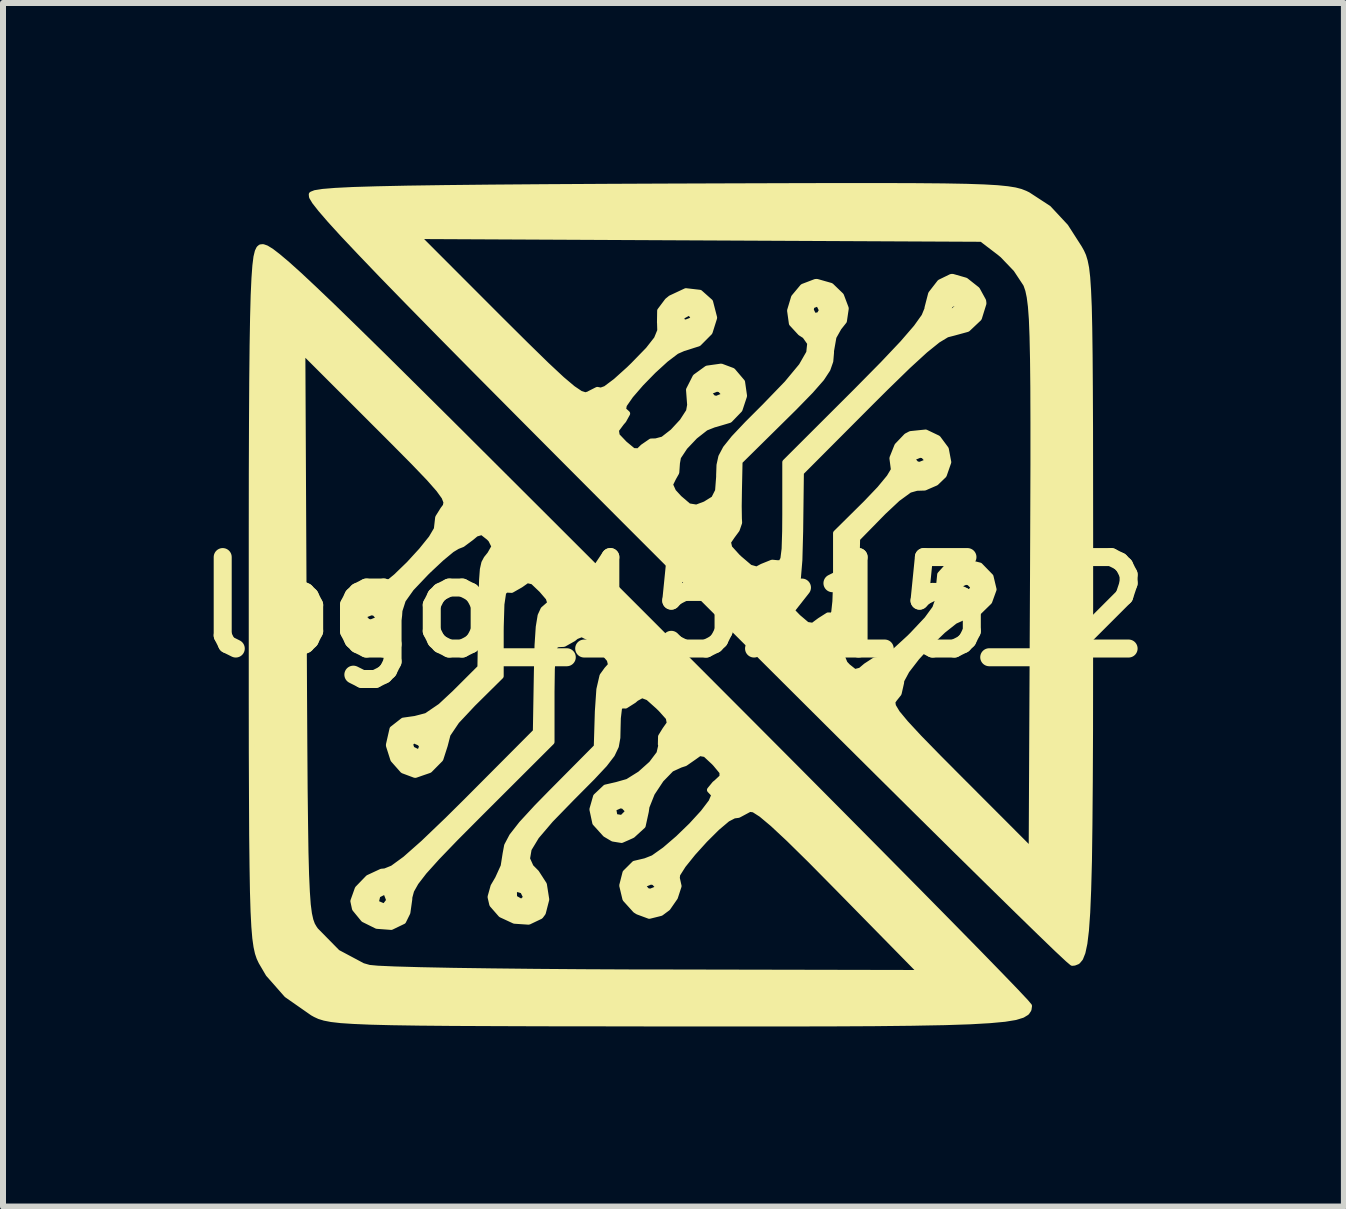
<source format=kicad_pcb>
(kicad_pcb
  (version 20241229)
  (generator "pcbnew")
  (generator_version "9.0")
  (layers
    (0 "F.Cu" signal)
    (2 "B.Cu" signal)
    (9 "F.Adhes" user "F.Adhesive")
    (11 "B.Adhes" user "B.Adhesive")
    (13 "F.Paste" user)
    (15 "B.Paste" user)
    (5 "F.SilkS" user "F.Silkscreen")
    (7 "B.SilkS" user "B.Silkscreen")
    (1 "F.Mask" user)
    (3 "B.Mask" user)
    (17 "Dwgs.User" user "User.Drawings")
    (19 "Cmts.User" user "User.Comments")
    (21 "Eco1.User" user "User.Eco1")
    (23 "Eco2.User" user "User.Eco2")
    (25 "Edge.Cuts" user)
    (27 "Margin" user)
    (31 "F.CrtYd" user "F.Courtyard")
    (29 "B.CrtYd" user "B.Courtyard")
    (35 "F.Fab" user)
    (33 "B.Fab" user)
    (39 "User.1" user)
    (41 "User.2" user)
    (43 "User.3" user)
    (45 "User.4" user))
  (footprint "logo_15x15_2"
    (layer "F.Cu")
    (at 8.172 7.067)
    (property "Reference" "logo_15x15_2" (at 0 0 0) (layer "F.SilkS") (effects (font (size 1.524 1.524) (thickness 0.3))))
    (attr through_hole)
    (fp_poly (pts (xy 6.943 -0.097) (xy 6.942 1.061) (xy 6.941 2.06) (xy 6.937 2.913) (xy 6.931 3.631) (xy 6.923 4.226) (xy 6.91 4.709) (xy 6.894 5.092) (xy 6.873 5.386) (xy 6.847 5.602) (xy 6.815 5.752) (xy 6.777 5.848) (xy 6.732 5.902) (xy 6.679 5.923) (xy 6.646 5.926) (xy 6.576 5.867) (xy 6.394 5.697) (xy 6.109 5.422) (xy 5.998 5.314) (xy 5.998 -3.085) (xy 5.996 -3.669) (xy 5.991 -4.14) (xy 5.983 -4.511) (xy 5.972 -4.797) (xy 5.956 -5.011) (xy 5.936 -5.168) (xy 5.912 -5.282) (xy 5.883 -5.366) (xy 5.873 -5.388) (xy 5.711 -5.633) (xy 5.487 -5.867) (xy 5.435 -5.91) (xy 5.136 -6.138) (xy 0.43 -6.161) (xy -4.276 -6.184) (xy -2.906 -4.812) (xy -2.46 -4.369) (xy -2.117 -4.034) (xy -1.862 -3.796) (xy -1.678 -3.641) (xy -1.552 -3.556) (xy -1.467 -3.529) (xy -1.408 -3.547) (xy -1.401 -3.553) (xy -1.269 -3.62) (xy -1.209 -3.608) (xy -1.128 -3.637) (xy -0.96 -3.763) (xy -0.739 -3.962) (xy -0.666 -4.033) (xy -0.418 -4.288) (xy -0.277 -4.468) (xy -0.22 -4.607) (xy -0.224 -4.742) (xy -0.225 -4.743) (xy -0.222 -4.939) (xy -0.099 -5.103) (xy -0.045 -5.147) (xy 0.207 -5.265) (xy 0.439 -5.238) (xy 0.61 -5.086) (xy 0.677 -4.826) (xy 0.677 -4.82) (xy 0.602 -4.582) (xy 0.416 -4.395) (xy 0.339 -4.371) (xy 0.339 -4.826) (xy 0.278 -4.908) (xy 0.259 -4.911) (xy 0.144 -4.849) (xy 0.127 -4.826) (xy 0.146 -4.754) (xy 0.207 -4.741) (xy 0.323 -4.786) (xy 0.339 -4.826) (xy 0.339 -4.371) (xy 0.175 -4.318) (xy 0.169 -4.318) (xy 0.049 -4.265) (xy -0.13 -4.129) (xy -0.338 -3.939) (xy -0.543 -3.729) (xy -0.716 -3.529) (xy -0.826 -3.371) (xy -0.842 -3.286) (xy -0.834 -3.282) (xy -0.772 -3.226) (xy -0.834 -3.114) (xy -0.868 -3.075) (xy -0.96 -2.951) (xy -0.945 -2.855) (xy -0.817 -2.721) (xy -0.672 -2.601) (xy -0.58 -2.597) (xy -0.507 -2.668) (xy -0.373 -2.76) (xy -0.293 -2.762) (xy -0.173 -2.794) (xy -0.01 -2.921) (xy 0.149 -3.093) (xy 0.259 -3.263) (xy 0.278 -3.369) (xy 0.259 -3.622) (xy 0.367 -3.835) (xy 0.56 -3.975) (xy 0.795 -4.008) (xy 0.985 -3.937) (xy 1.143 -3.751) (xy 1.176 -3.52) (xy 1.101 -3.293) (xy 0.934 -3.12) (xy 0.847 -3.094) (xy 0.847 -3.556) (xy 0.778 -3.631) (xy 0.72 -3.641) (xy 0.607 -3.595) (xy 0.593 -3.556) (xy 0.661 -3.481) (xy 0.72 -3.471) (xy 0.832 -3.517) (xy 0.847 -3.556) (xy 0.847 -3.094) (xy 0.692 -3.048) (xy 0.684 -3.048) (xy 0.537 -2.99) (xy 0.357 -2.849) (xy 0.188 -2.671) (xy 0.076 -2.502) (xy 0.058 -2.402) (xy 0.047 -2.245) (xy -0.005 -2.153) (xy -0.059 -2.043) (xy -0.005 -1.923) (xy 0.094 -1.815) (xy 0.252 -1.68) (xy 0.384 -1.659) (xy 0.531 -1.714) (xy 0.676 -1.804) (xy 0.743 -1.937) (xy 0.761 -2.171) (xy 0.761 -2.203) (xy 0.767 -2.367) (xy 0.797 -2.504) (xy 0.871 -2.644) (xy 1.009 -2.816) (xy 1.23 -3.05) (xy 1.524 -3.344) (xy 1.893 -3.726) (xy 2.136 -4.019) (xy 2.262 -4.239) (xy 2.279 -4.401) (xy 2.193 -4.523) (xy 2.117 -4.572) (xy 1.973 -4.728) (xy 1.943 -4.942) (xy 2.009 -5.162) (xy 2.156 -5.338) (xy 2.366 -5.418) (xy 2.391 -5.419) (xy 2.623 -5.353) (xy 2.791 -5.191) (xy 2.871 -4.979) (xy 2.84 -4.768) (xy 2.752 -4.657) (xy 2.666 -4.504) (xy 2.625 -4.271) (xy 2.625 -4.241) (xy 2.613 -4.1) (xy 2.566 -3.966) (xy 2.477 -3.83) (xy 2.477 -4.946) (xy 2.431 -5.039) (xy 2.392 -5.059) (xy 2.302 -5.023) (xy 2.286 -4.953) (xy 2.335 -4.851) (xy 2.429 -4.865) (xy 2.477 -4.946) (xy 2.477 -3.83) (xy 2.463 -3.81) (xy 2.285 -3.607) (xy 2.011 -3.326) (xy 1.863 -3.18) (xy 1.101 -2.428) (xy 1.091 -1.955) (xy 1.087 -1.681) (xy 1.09 -1.477) (xy 1.094 -1.408) (xy 1.054 -1.293) (xy 0.978 -1.19) (xy 0.907 -1.086) (xy 0.93 -0.987) (xy 1.063 -0.84) (xy 1.098 -0.807) (xy 1.272 -0.659) (xy 1.388 -0.626) (xy 1.478 -0.674) (xy 1.644 -0.741) (xy 1.735 -0.732) (xy 1.793 -0.732) (xy 1.831 -0.803) (xy 1.852 -0.971) (xy 1.861 -1.265) (xy 1.863 -1.549) (xy 1.863 -2.415) (xy 3.048 -3.598) (xy 3.492 -4.048) (xy 3.822 -4.397) (xy 4.048 -4.659) (xy 4.181 -4.845) (xy 4.232 -4.969) (xy 4.233 -4.988) (xy 4.293 -5.22) (xy 4.441 -5.411) (xy 4.628 -5.502) (xy 4.651 -5.503) (xy 4.867 -5.441) (xy 5.058 -5.29) (xy 5.16 -5.104) (xy 5.165 -5.061) (xy 5.089 -4.816) (xy 4.898 -4.636) (xy 4.741 -4.593) (xy 4.741 -5.016) (xy 4.695 -5.079) (xy 4.612 -5.038) (xy 4.583 -4.985) (xy 4.61 -4.917) (xy 4.646 -4.921) (xy 4.737 -4.995) (xy 4.741 -5.016) (xy 4.741 -4.593) (xy 4.664 -4.572) (xy 4.555 -4.544) (xy 4.403 -4.452) (xy 4.192 -4.282) (xy 3.907 -4.021) (xy 3.532 -3.656) (xy 3.283 -3.408) (xy 2.123 -2.244) (xy 2.111 -1.27) (xy 2.098 -0.785) (xy 2.07 -0.449) (xy 2.025 -0.242) (xy 1.981 -0.163) (xy 1.917 -0.055) (xy 1.961 0.052) (xy 2.074 0.169) (xy 2.224 0.296) (xy 2.324 0.311) (xy 2.44 0.225) (xy 2.577 0.138) (xy 2.653 0.141) (xy 2.678 0.09) (xy 2.698 -0.096) (xy 2.708 -0.381) (xy 2.709 -0.518) (xy 2.709 -1.233) (xy 3.213 -1.732) (xy 3.438 -1.968) (xy 3.599 -2.163) (xy 3.672 -2.285) (xy 3.671 -2.305) (xy 3.648 -2.483) (xy 3.73 -2.688) (xy 3.884 -2.849) (xy 3.951 -2.884) (xy 4.202 -2.91) (xy 4.405 -2.813) (xy 4.538 -2.634) (xy 4.579 -2.416) (xy 4.504 -2.201) (xy 4.372 -2.074) (xy 4.233 -2.014) (xy 4.233 -2.455) (xy 4.165 -2.53) (xy 4.106 -2.54) (xy 3.994 -2.494) (xy 3.979 -2.455) (xy 4.048 -2.38) (xy 4.106 -2.371) (xy 4.219 -2.416) (xy 4.233 -2.455) (xy 4.233 -2.014) (xy 4.186 -1.993) (xy 4.053 -1.989) (xy 3.932 -1.955) (xy 3.732 -1.809) (xy 3.497 -1.589) (xy 3.06 -1.143) (xy 3.041 -0.296) (xy 3.022 0.152) (xy 2.985 0.458) (xy 2.929 0.645) (xy 2.892 0.701) (xy 2.808 0.831) (xy 2.853 0.939) (xy 2.903 0.992) (xy 3.018 1.083) (xy 3.119 1.057) (xy 3.209 0.981) (xy 3.358 0.884) (xy 3.452 0.877) (xy 3.542 0.843) (xy 3.715 0.712) (xy 3.935 0.51) (xy 3.985 0.46) (xy 4.226 0.204) (xy 4.361 0.019) (xy 4.415 -0.134) (xy 4.416 -0.26) (xy 4.444 -0.543) (xy 4.595 -0.712) (xy 4.83 -0.762) (xy 5.104 -0.693) (xy 5.283 -0.509) (xy 5.334 -0.295) (xy 5.261 -0.093) (xy 5.083 0.081) (xy 4.995 0.115) (xy 4.995 -0.344) (xy 4.927 -0.414) (xy 4.868 -0.423) (xy 4.752 -0.371) (xy 4.772 -0.254) (xy 4.795 -0.228) (xy 4.901 -0.211) (xy 4.987 -0.297) (xy 4.995 -0.344) (xy 4.995 0.115) (xy 4.862 0.167) (xy 4.825 0.169) (xy 4.689 0.23) (xy 4.491 0.387) (xy 4.267 0.602) (xy 4.053 0.837) (xy 3.884 1.056) (xy 3.796 1.22) (xy 3.792 1.261) (xy 3.752 1.437) (xy 3.681 1.526) (xy 3.646 1.576) (xy 3.657 1.649) (xy 3.725 1.763) (xy 3.865 1.932) (xy 4.089 2.174) (xy 4.411 2.504) (xy 4.757 2.852) (xy 5.969 4.066) (xy 5.991 -0.514) (xy 5.995 -1.522) (xy 5.998 -2.374) (xy 5.998 -3.085) (xy 5.998 5.314) (xy 5.727 5.05) (xy 5.258 4.59) (xy 4.708 4.049) (xy 4.087 3.435) (xy 3.401 2.755) (xy 2.659 2.018) (xy 1.869 1.231) (xy 1.038 0.402) (xy 0.214 -0.421) (xy -0.826 -1.461) (xy -1.75 -2.388) (xy -2.566 -3.208) (xy -3.279 -3.926) (xy -3.895 -4.55) (xy -4.42 -5.085) (xy -4.859 -5.536) (xy -5.218 -5.911) (xy -5.504 -6.214) (xy -5.721 -6.452) (xy -5.876 -6.632) (xy -5.975 -6.758) (xy -6.023 -6.838) (xy -6.027 -6.876) (xy -6.026 -6.877) (xy -5.97 -6.899) (xy -5.844 -6.919) (xy -5.637 -6.936) (xy -5.339 -6.951) (xy -4.94 -6.963) (xy -4.43 -6.974) (xy -3.799 -6.983) (xy -3.036 -6.991) (xy -2.132 -6.998) (xy -1.077 -7.004) (xy -0.165 -7.008) (xy 0.963 -7.012) (xy 1.935 -7.015) (xy 2.763 -7.017) (xy 3.458 -7.017) (xy 4.035 -7.015) (xy 4.505 -7.011) (xy 4.88 -7.004) (xy 5.174 -6.994) (xy 5.399 -6.981) (xy 5.567 -6.964) (xy 5.692 -6.944) (xy 5.784 -6.92) (xy 5.858 -6.891) (xy 5.905 -6.868) (xy 6.247 -6.645) (xy 6.532 -6.339) (xy 6.759 -5.985) (xy 6.796 -5.919) (xy 6.827 -5.85) (xy 6.853 -5.764) (xy 6.876 -5.65) (xy 6.894 -5.494) (xy 6.908 -5.283) (xy 6.92 -5.006) (xy 6.928 -4.649) (xy 6.934 -4.199) (xy 6.938 -3.644) (xy 6.941 -2.97) (xy 6.942 -2.166) (xy 6.943 -1.219) (xy 6.943 -0.114) (xy 6.943 -0.097)) (stroke (width 0.1) (type solid)) (fill yes) (layer "F.SilkS"))
    (fp_poly (pts (xy 5.924 6.646) (xy 5.916 6.703) (xy 5.883 6.752) (xy 5.814 6.794) (xy 5.697 6.83) (xy 5.52 6.859) (xy 5.272 6.882) (xy 4.942 6.901) (xy 4.518 6.915) (xy 4.134 6.922) (xy 4.134 6.096) (xy 2.745 4.681) (xy 2.284 4.214) (xy 1.925 3.861) (xy 1.656 3.61) (xy 1.465 3.45) (xy 1.34 3.37) (xy 1.267 3.36) (xy 1.254 3.369) (xy 1.082 3.461) (xy 1.007 3.471) (xy 0.897 3.528) (xy 0.724 3.674) (xy 0.522 3.875) (xy 0.323 4.095) (xy 0.159 4.299) (xy 0.062 4.452) (xy 0.055 4.514) (xy 0.085 4.648) (xy 0.024 4.835) (xy -0.098 5.011) (xy -0.211 5.095) (xy -0.254 5.106) (xy -0.254 4.657) (xy -0.323 4.582) (xy -0.381 4.572) (xy -0.494 4.618) (xy -0.508 4.657) (xy -0.439 4.732) (xy -0.381 4.741) (xy -0.268 4.696) (xy -0.254 4.657) (xy -0.254 5.106) (xy -0.403 5.143) (xy -0.592 5.073) (xy -0.632 5.048) (xy -0.801 4.861) (xy -0.854 4.638) (xy -0.8 4.426) (xy -0.649 4.276) (xy -0.467 4.233) (xy -0.335 4.181) (xy -0.143 4.045) (xy 0.079 3.854) (xy 0.302 3.638) (xy 0.497 3.425) (xy 0.633 3.246) (xy 0.682 3.13) (xy 0.665 3.106) (xy 0.608 3.046) (xy 0.69 2.946) (xy 0.714 2.927) (xy 0.817 2.831) (xy 0.816 2.746) (xy 0.705 2.612) (xy 0.678 2.583) (xy 0.533 2.448) (xy 0.434 2.43) (xy 0.339 2.498) (xy 0.192 2.6) (xy 0.115 2.625) (xy -0.038 2.695) (xy -0.209 2.871) (xy -0.36 3.099) (xy -0.45 3.325) (xy -0.461 3.404) (xy -0.513 3.642) (xy -0.686 3.8) (xy -0.689 3.801) (xy -0.762 3.834) (xy -0.762 3.382) (xy -0.831 3.311) (xy -0.889 3.302) (xy -1.006 3.354) (xy -0.985 3.471) (xy -0.962 3.497) (xy -0.856 3.514) (xy -0.771 3.429) (xy -0.762 3.382) (xy -0.762 3.834) (xy -0.865 3.879) (xy -1.008 3.856) (xy -1.133 3.782) (xy -1.303 3.594) (xy -1.351 3.369) (xy -1.29 3.156) (xy -1.131 3.006) (xy -0.945 2.963) (xy -0.762 2.911) (xy -0.554 2.781) (xy -0.364 2.611) (xy -0.234 2.439) (xy -0.203 2.304) (xy -0.21 2.288) (xy -0.207 2.157) (xy -0.136 2.042) (xy -0.061 1.936) (xy -0.079 1.84) (xy -0.206 1.698) (xy -0.253 1.652) (xy -0.419 1.504) (xy -0.524 1.464) (xy -0.624 1.519) (xy -0.662 1.552) (xy -0.799 1.639) (xy -0.875 1.637) (xy -0.907 1.679) (xy -0.927 1.848) (xy -0.931 1.998) (xy -0.935 2.175) (xy -0.96 2.316) (xy -1.025 2.453) (xy -1.15 2.616) (xy -1.354 2.834) (xy -1.657 3.139) (xy -1.693 3.175) (xy -2.049 3.541) (xy -2.286 3.819) (xy -2.413 4.029) (xy -2.441 4.193) (xy -2.379 4.331) (xy -2.286 4.425) (xy -2.159 4.622) (xy -2.12 4.871) (xy -2.177 5.093) (xy -2.218 5.148) (xy -2.413 5.241) (xy -2.455 5.238) (xy -2.455 4.831) (xy -2.508 4.723) (xy -2.61 4.692) (xy -2.659 4.728) (xy -2.656 4.845) (xy -2.542 4.91) (xy -2.526 4.911) (xy -2.457 4.847) (xy -2.455 4.831) (xy -2.455 5.238) (xy -2.65 5.225) (xy -2.872 5.122) (xy -3.019 4.954) (xy -3.048 4.829) (xy -2.999 4.653) (xy -2.924 4.525) (xy -2.83 4.318) (xy -2.797 4.108) (xy -2.772 3.974) (xy -2.689 3.817) (xy -2.529 3.612) (xy -2.274 3.335) (xy -2.036 3.092) (xy -1.278 2.328) (xy -1.26 1.736) (xy -1.235 1.371) (xy -1.183 1.146) (xy -1.108 1.042) (xy -1.039 0.965) (xy -1.062 0.872) (xy -1.192 0.72) (xy -1.245 0.666) (xy -1.419 0.502) (xy -1.528 0.448) (xy -1.624 0.486) (xy -1.669 0.523) (xy -1.827 0.612) (xy -1.926 0.617) (xy -1.977 0.641) (xy -2.01 0.773) (xy -2.027 1.032) (xy -2.032 1.412) (xy -2.032 2.246) (xy -3.217 3.429) (xy -3.633 3.847) (xy -3.941 4.167) (xy -4.157 4.407) (xy -4.295 4.586) (xy -4.371 4.721) (xy -4.401 4.832) (xy -4.403 4.871) (xy -4.434 5.09) (xy -4.504 5.232) (xy -4.703 5.328) (xy -4.741 5.325) (xy -4.741 4.868) (xy -4.784 4.756) (xy -4.821 4.741) (xy -4.932 4.797) (xy -4.958 4.906) (xy -4.937 4.941) (xy -4.814 4.993) (xy -4.744 4.902) (xy -4.741 4.868) (xy -4.741 5.325) (xy -4.942 5.31) (xy -5.162 5.201) (xy -5.307 5.024) (xy -5.334 4.898) (xy -5.261 4.693) (xy -5.085 4.511) (xy -4.866 4.409) (xy -4.804 4.403) (xy -4.678 4.352) (xy -4.467 4.198) (xy -4.166 3.932) (xy -3.765 3.548) (xy -3.453 3.239) (xy -2.293 2.074) (xy -2.276 1.076) (xy -2.265 0.633) (xy -2.245 0.331) (xy -2.214 0.142) (xy -2.166 0.038) (xy -2.125 0.003) (xy -2.05 -0.063) (xy -2.08 -0.156) (xy -2.195 -0.29) (xy -2.341 -0.429) (xy -2.438 -0.451) (xy -2.549 -0.373) (xy -2.698 -0.288) (xy -2.789 -0.293) (xy -2.837 -0.25) (xy -2.867 -0.048) (xy -2.878 0.317) (xy -2.879 0.4) (xy -2.879 1.149) (xy -3.344 1.609) (xy -3.615 1.898) (xy -3.764 2.119) (xy -3.81 2.298) (xy -3.81 2.299) (xy -3.884 2.529) (xy -4.067 2.714) (xy -4.184 2.754) (xy -4.184 2.315) (xy -4.225 2.261) (xy -4.338 2.212) (xy -4.391 2.282) (xy -4.363 2.366) (xy -4.257 2.418) (xy -4.22 2.405) (xy -4.184 2.315) (xy -4.184 2.754) (xy -4.298 2.794) (xy -4.309 2.794) (xy -4.507 2.72) (xy -4.668 2.538) (xy -4.741 2.308) (xy -4.741 2.29) (xy -4.682 2.031) (xy -4.503 1.891) (xy -4.305 1.863) (xy -4.114 1.813) (xy -3.879 1.653) (xy -3.645 1.435) (xy -3.217 1.008) (xy -3.204 0.229) (xy -3.197 -0.182) (xy -3.189 -0.457) (xy -3.176 -0.63) (xy -3.152 -0.736) (xy -3.114 -0.807) (xy -3.057 -0.878) (xy -3.054 -0.882) (xy -2.981 -1.011) (xy -3.039 -1.127) (xy -3.074 -1.163) (xy -3.19 -1.254) (xy -3.292 -1.224) (xy -3.37 -1.159) (xy -3.518 -1.049) (xy -3.602 -1.016) (xy -3.695 -0.96) (xy -3.871 -0.814) (xy -4.093 -0.606) (xy -4.125 -0.574) (xy -4.371 -0.315) (xy -4.51 -0.119) (xy -4.566 0.056) (xy -4.572 0.143) (xy -4.635 0.392) (xy -4.794 0.557) (xy -4.911 0.597) (xy -4.911 0.169) (xy -4.979 0.094) (xy -5.038 0.085) (xy -5.15 0.13) (xy -5.165 0.169) (xy -5.096 0.244) (xy -5.038 0.254) (xy -4.925 0.208) (xy -4.911 0.169) (xy -4.911 0.597) (xy -5.004 0.63) (xy -5.218 0.603) (xy -5.393 0.468) (xy -5.466 0.307) (xy -5.468 0.066) (xy -5.376 -0.144) (xy -5.22 -0.26) (xy -5.183 -0.267) (xy -4.994 -0.284) (xy -4.934 -0.289) (xy -4.807 -0.354) (xy -4.62 -0.508) (xy -4.405 -0.716) (xy -4.198 -0.942) (xy -4.032 -1.148) (xy -3.943 -1.299) (xy -3.938 -1.344) (xy -3.921 -1.492) (xy -3.838 -1.625) (xy -3.794 -1.684) (xy -3.782 -1.749) (xy -3.816 -1.837) (xy -3.909 -1.966) (xy -4.074 -2.153) (xy -4.324 -2.414) (xy -4.673 -2.766) (xy -4.938 -3.031) (xy -6.184 -4.276) (xy -6.161 0.438) (xy -6.156 1.451) (xy -6.151 2.308) (xy -6.146 3.024) (xy -6.139 3.611) (xy -6.132 4.084) (xy -6.122 4.457) (xy -6.109 4.742) (xy -6.094 4.955) (xy -6.074 5.109) (xy -6.05 5.217) (xy -6.022 5.294) (xy -5.988 5.352) (xy -5.964 5.386) (xy -5.601 5.755) (xy -5.179 5.98) (xy -5.07 6.011) (xy -4.931 6.024) (xy -4.641 6.037) (xy -4.215 6.049) (xy -3.671 6.06) (xy -3.025 6.069) (xy -2.295 6.077) (xy -1.497 6.083) (xy -0.649 6.087) (xy -0.325 6.087) (xy 4.134 6.096) (xy 4.134 6.922) (xy 3.989 6.925) (xy 3.343 6.932) (xy 2.569 6.936) (xy 1.655 6.937) (xy 0.59 6.937) (xy -0.123 6.937) (xy -1.233 6.935) (xy -2.187 6.934) (xy -2.997 6.931) (xy -3.675 6.928) (xy -4.235 6.923) (xy -4.689 6.916) (xy -5.05 6.907) (xy -5.33 6.895) (xy -5.543 6.881) (xy -5.7 6.863) (xy -5.814 6.841) (xy -5.899 6.815) (xy -5.966 6.784) (xy -6.011 6.759) (xy -6.442 6.458) (xy -6.747 6.112) (xy -6.866 5.909) (xy -6.898 5.841) (xy -6.925 5.761) (xy -6.948 5.656) (xy -6.968 5.514) (xy -6.984 5.323) (xy -6.997 5.07) (xy -7.007 4.742) (xy -7.014 4.326) (xy -7.02 3.811) (xy -7.023 3.183) (xy -7.026 2.431) (xy -7.027 1.54) (xy -7.027 0.5) (xy -7.027 -0.107) (xy -7.027 -1.249) (xy -7.026 -2.233) (xy -7.023 -3.071) (xy -7.019 -3.775) (xy -7.013 -4.356) (xy -7.005 -4.826) (xy -6.995 -5.197) (xy -6.982 -5.481) (xy -6.967 -5.689) (xy -6.949 -5.833) (xy -6.927 -5.924) (xy -6.903 -5.974) (xy -6.878 -5.995) (xy -6.841 -5.999) (xy -6.786 -5.98) (xy -6.704 -5.93) (xy -6.591 -5.843) (xy -6.437 -5.713) (xy -6.238 -5.534) (xy -5.986 -5.298) (xy -5.674 -5) (xy -5.296 -4.632) (xy -4.844 -4.189) (xy -4.313 -3.663) (xy -3.694 -3.049) (xy -2.982 -2.339) (xy -2.169 -1.528) (xy -1.249 -0.609) (xy -0.428 0.212) (xy 0.433 1.074) (xy 1.261 1.904) (xy 2.046 2.692) (xy 2.781 3.432) (xy 3.458 4.115) (xy 4.07 4.734) (xy 4.608 5.28) (xy 5.065 5.746) (xy 5.432 6.123) (xy 5.703 6.404) (xy 5.87 6.582) (xy 5.924 6.646)) (stroke (width 0.1) (type solid)) (fill yes) (layer "F.SilkS")))
  (gr_rect
    (start -3 -3)
    (end 19.343 17.054)
    (stroke (width 0.1) (type default))
    (fill no)
    (layer "Edge.Cuts")))
</source>
